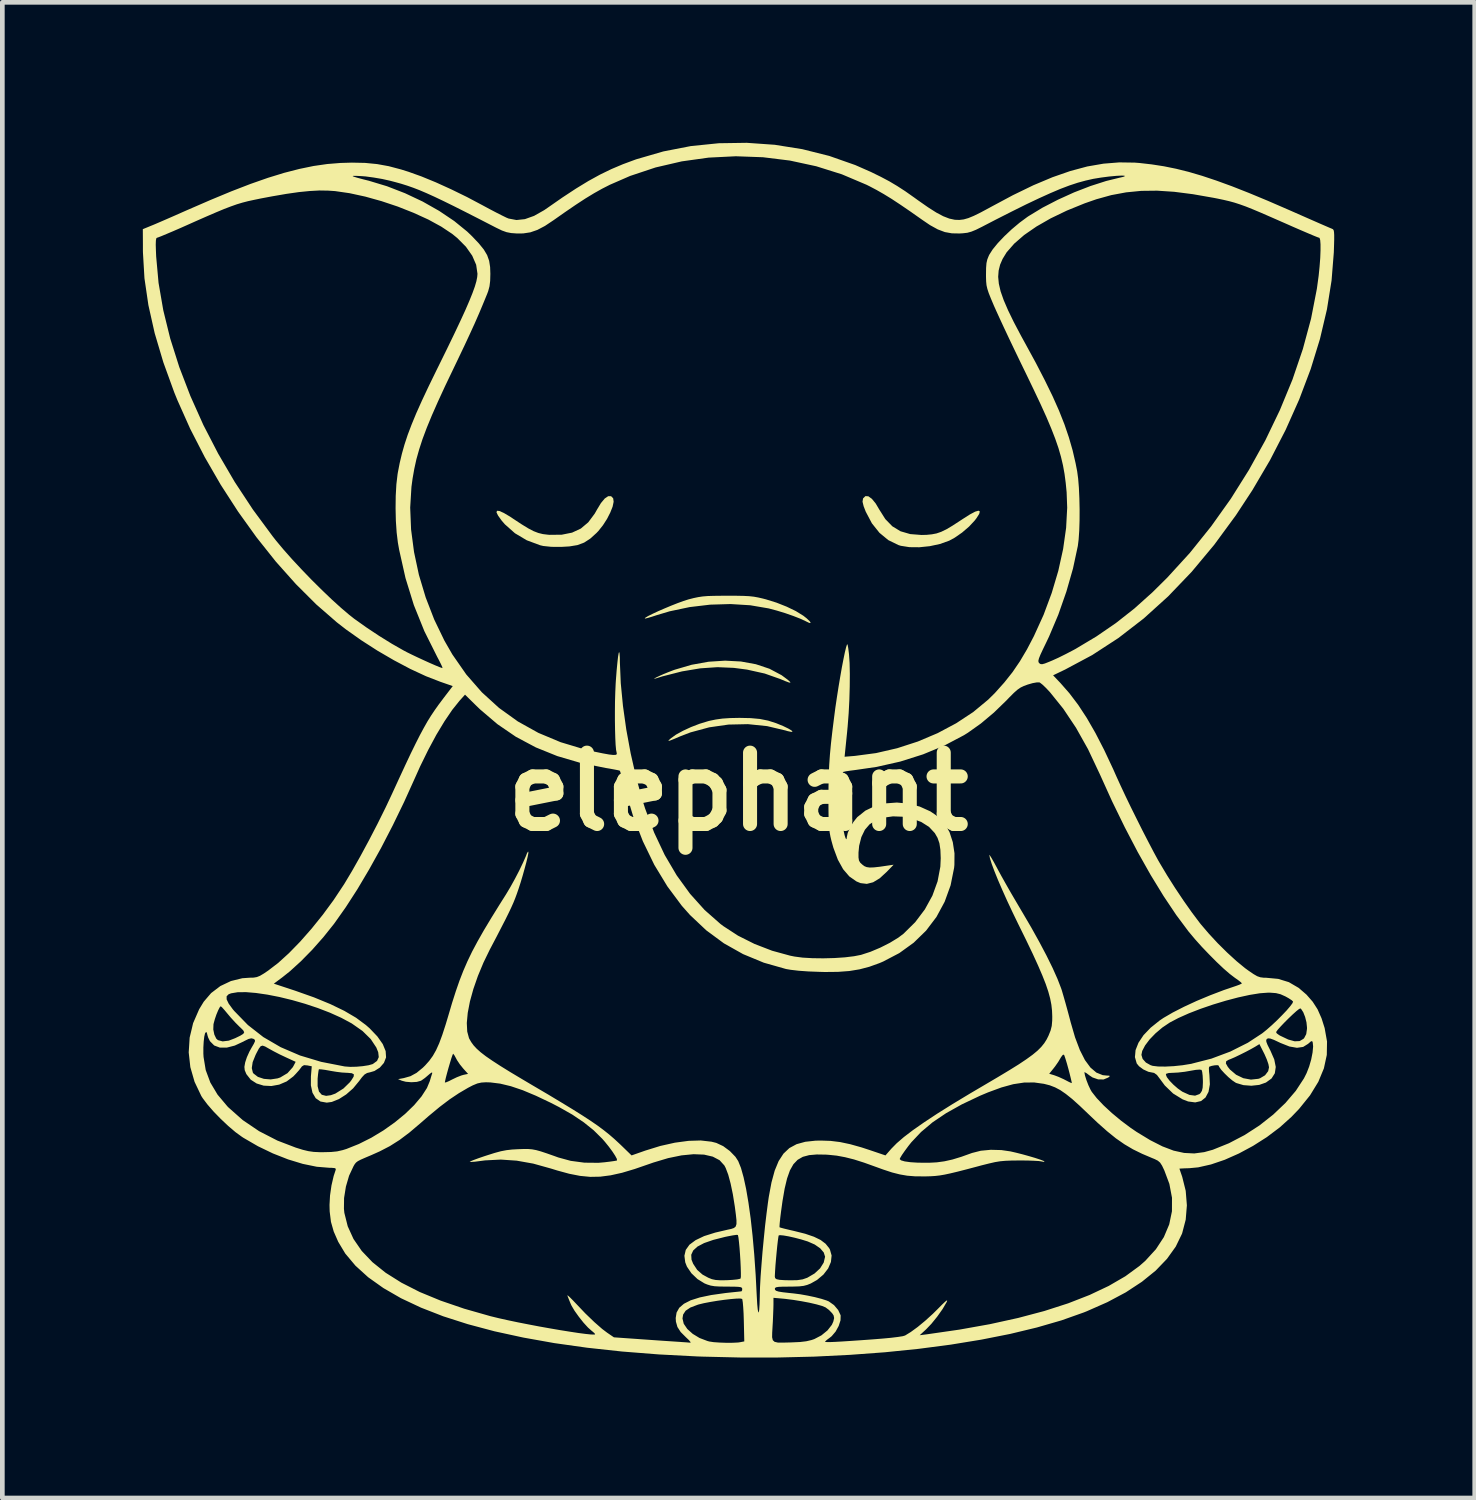
<source format=kicad_pcb>
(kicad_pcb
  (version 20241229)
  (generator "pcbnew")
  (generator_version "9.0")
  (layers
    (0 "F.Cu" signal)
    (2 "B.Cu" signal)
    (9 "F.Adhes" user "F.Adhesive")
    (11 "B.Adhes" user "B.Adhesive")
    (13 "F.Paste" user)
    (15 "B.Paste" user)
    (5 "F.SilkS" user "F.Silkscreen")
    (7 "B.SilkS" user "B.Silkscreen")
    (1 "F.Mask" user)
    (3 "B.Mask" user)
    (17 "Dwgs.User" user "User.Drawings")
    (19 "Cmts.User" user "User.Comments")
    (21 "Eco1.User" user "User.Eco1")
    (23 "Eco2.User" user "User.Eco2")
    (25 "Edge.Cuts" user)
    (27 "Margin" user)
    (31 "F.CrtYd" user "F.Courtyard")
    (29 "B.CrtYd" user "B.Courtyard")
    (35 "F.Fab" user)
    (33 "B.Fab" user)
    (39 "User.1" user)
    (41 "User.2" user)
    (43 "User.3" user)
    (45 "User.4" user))
  (footprint "elephant"
    (layer "F.Cu")
    (at 12.714 13.858)
    (property "Reference" "elephant" (at 0 0 0) (layer "F.SilkS") (effects (font (size 1.524 1.524) (thickness 0.3))))
    (attr board_only exclude_from_pos_files exclude_from_bom)
    (fp_poly (pts (xy 0.06 -2.781) (xy 0.378 -2.723) (xy 0.669 -2.626) (xy 0.927 -2.489) (xy 1.058 -2.392) (xy 1.107 -2.348) (xy 1.117 -2.328) (xy 1.085 -2.333) (xy 1.006 -2.362) (xy 0.899 -2.407) (xy 0.567 -2.524) (xy 0.19 -2.608) (xy -0.091 -2.645) (xy -0.442 -2.66) (xy -0.809 -2.635) (xy -1.199 -2.57) (xy -1.619 -2.463) (xy -1.754 -2.421) (xy -1.794 -2.411) (xy -1.788 -2.42) (xy -1.747 -2.442) (xy -1.68 -2.474) (xy -1.594 -2.512) (xy -1.498 -2.551) (xy -1.403 -2.588) (xy -1.356 -2.605) (xy -0.994 -2.711) (xy -0.633 -2.776) (xy -0.279 -2.799)) (stroke (width 0) (type solid)) (fill yes) (layer "F.SilkS"))
    (fp_poly (pts (xy 0.266 -1.572) (xy 0.463 -1.554) (xy 0.638 -1.519) (xy 0.808 -1.465) (xy 0.962 -1.402) (xy 1.075 -1.347) (xy 1.142 -1.306) (xy 1.162 -1.282) (xy 1.133 -1.278) (xy 1.054 -1.295) (xy 1.011 -1.308) (xy 0.618 -1.401) (xy 0.209 -1.443) (xy -0.207 -1.434) (xy -0.619 -1.375) (xy -1.018 -1.267) (xy -1.232 -1.185) (xy -1.361 -1.13) (xy -1.443 -1.097) (xy -1.483 -1.085) (xy -1.489 -1.091) (xy -1.465 -1.116) (xy -1.435 -1.142) (xy -1.328 -1.219) (xy -1.179 -1.301) (xy -1.006 -1.381) (xy -0.824 -1.451) (xy -0.647 -1.505) (xy -0.623 -1.512) (xy -0.479 -1.542) (xy -0.336 -1.562) (xy -0.173 -1.573) (xy 0.027 -1.577) (xy 0.029 -1.577)) (stroke (width 0) (type solid)) (fill yes) (layer "F.SilkS"))
    (fp_poly (pts (xy 2.781 -6.309) (xy 2.856 -6.255) (xy 2.937 -6.156) (xy 3.014 -6.026) (xy 3.143 -5.822) (xy 3.293 -5.668) (xy 3.468 -5.562) (xy 3.675 -5.502) (xy 3.917 -5.483) (xy 4.026 -5.486) (xy 4.137 -5.497) (xy 4.236 -5.516) (xy 4.335 -5.55) (xy 4.445 -5.603) (xy 4.575 -5.68) (xy 4.738 -5.786) (xy 4.799 -5.826) (xy 4.95 -5.922) (xy 5.061 -5.981) (xy 5.132 -6.002) (xy 5.161 -5.986) (xy 5.148 -5.933) (xy 5.091 -5.843) (xy 5.052 -5.792) (xy 4.932 -5.663) (xy 4.783 -5.535) (xy 4.626 -5.426) (xy 4.507 -5.361) (xy 4.311 -5.291) (xy 4.093 -5.244) (xy 3.87 -5.221) (xy 3.657 -5.223) (xy 3.473 -5.252) (xy 3.422 -5.268) (xy 3.207 -5.373) (xy 3.018 -5.529) (xy 2.856 -5.732) (xy 2.725 -5.98) (xy 2.68 -6.096) (xy 2.656 -6.194) (xy 2.667 -6.261) (xy 2.669 -6.266) (xy 2.718 -6.313)) (stroke (width 0) (type solid)) (fill yes) (layer "F.SilkS"))
    (fp_poly (pts (xy -2.669 -6.266) (xy -2.659 -6.193) (xy -2.681 -6.088) (xy -2.731 -5.962) (xy -2.801 -5.825) (xy -2.888 -5.69) (xy -2.985 -5.568) (xy -3.026 -5.525) (xy -3.16 -5.404) (xy -3.29 -5.32) (xy -3.432 -5.267) (xy -3.602 -5.239) (xy -3.769 -5.229) (xy -3.99 -5.23) (xy -4.162 -5.248) (xy -4.23 -5.264) (xy -4.515 -5.37) (xy -4.767 -5.52) (xy -4.982 -5.711) (xy -5.052 -5.792) (xy -5.128 -5.898) (xy -5.161 -5.967) (xy -5.15 -6) (xy -5.098 -5.995) (xy -5.004 -5.953) (xy -4.87 -5.874) (xy -4.799 -5.826) (xy -4.624 -5.711) (xy -4.484 -5.625) (xy -4.369 -5.565) (xy -4.268 -5.526) (xy -4.17 -5.502) (xy -4.064 -5.489) (xy -4.026 -5.486) (xy -3.767 -5.489) (xy -3.547 -5.533) (xy -3.36 -5.62) (xy -3.201 -5.754) (xy -3.064 -5.938) (xy -3.014 -6.026) (xy -2.93 -6.165) (xy -2.849 -6.262) (xy -2.776 -6.311) (xy -2.713 -6.311)) (stroke (width 0) (type solid)) (fill yes) (layer "F.SilkS"))
    (fp_poly (pts (xy -0.035 -4.185) (xy 0.116 -4.182) (xy 0.235 -4.176) (xy 0.335 -4.165) (xy 0.429 -4.148) (xy 0.529 -4.125) (xy 0.594 -4.108) (xy 0.819 -4.038) (xy 1.036 -3.952) (xy 1.231 -3.858) (xy 1.39 -3.76) (xy 1.464 -3.702) (xy 1.531 -3.637) (xy 1.55 -3.604) (xy 1.521 -3.604) (xy 1.447 -3.639) (xy 1.436 -3.645) (xy 1.325 -3.696) (xy 1.176 -3.754) (xy 1.004 -3.814) (xy 0.827 -3.868) (xy 0.663 -3.912) (xy 0.651 -3.915) (xy 0.258 -3.982) (xy -0.163 -4.008) (xy -0.598 -3.995) (xy -1.036 -3.943) (xy -1.463 -3.853) (xy -1.735 -3.772) (xy -1.846 -3.736) (xy -1.934 -3.71) (xy -1.987 -3.698) (xy -1.996 -3.698) (xy -1.981 -3.717) (xy -1.921 -3.753) (xy -1.826 -3.8) (xy -1.706 -3.856) (xy -1.57 -3.915) (xy -1.429 -3.974) (xy -1.292 -4.028) (xy -1.168 -4.073) (xy -1.068 -4.105) (xy -1.058 -4.108) (xy -0.949 -4.136) (xy -0.853 -4.156) (xy -0.759 -4.17) (xy -0.652 -4.179) (xy -0.521 -4.183) (xy -0.352 -4.185) (xy -0.232 -4.185)) (stroke (width 0) (type solid)) (fill yes) (layer "F.SilkS"))
    (fp_poly (pts (xy 0.782 -13.816) (xy 1.371 -13.722) (xy 1.946 -13.578) (xy 2.501 -13.383) (xy 2.837 -13.235) (xy 3.047 -13.132) (xy 3.228 -13.036) (xy 3.396 -12.936) (xy 3.569 -12.824) (xy 3.763 -12.687) (xy 3.842 -12.63) (xy 4.054 -12.482) (xy 4.231 -12.369) (xy 4.38 -12.29) (xy 4.509 -12.24) (xy 4.624 -12.215) (xy 4.636 -12.214) (xy 4.725 -12.211) (xy 4.816 -12.222) (xy 4.915 -12.25) (xy 5.034 -12.299) (xy 5.182 -12.372) (xy 5.368 -12.472) (xy 5.397 -12.488) (xy 5.868 -12.74) (xy 6.305 -12.952) (xy 6.712 -13.123) (xy 7.094 -13.256) (xy 7.456 -13.353) (xy 7.803 -13.413) (xy 8.14 -13.44) (xy 8.471 -13.435) (xy 8.573 -13.427) (xy 8.834 -13.397) (xy 9.092 -13.357) (xy 9.353 -13.304) (xy 9.623 -13.237) (xy 9.908 -13.153) (xy 10.214 -13.051) (xy 10.546 -12.93) (xy 10.909 -12.787) (xy 11.311 -12.62) (xy 11.756 -12.427) (xy 11.888 -12.369) (xy 12.083 -12.283) (xy 12.263 -12.204) (xy 12.42 -12.135) (xy 12.547 -12.08) (xy 12.637 -12.041) (xy 12.681 -12.023) (xy 12.683 -12.022) (xy 12.703 -12.012) (xy 12.717 -11.992) (xy 12.725 -11.954) (xy 12.729 -11.889) (xy 12.729 -11.789) (xy 12.725 -11.645) (xy 12.721 -11.518) (xy 12.673 -10.919) (xy 12.574 -10.301) (xy 12.425 -9.669) (xy 12.227 -9.026) (xy 11.982 -8.378) (xy 11.692 -7.728) (xy 11.358 -7.08) (xy 10.981 -6.439) (xy 10.631 -5.906) (xy 10.168 -5.275) (xy 9.685 -4.696) (xy 9.182 -4.171) (xy 8.66 -3.699) (xy 8.12 -3.282) (xy 7.562 -2.919) (xy 6.986 -2.611) (xy 6.98 -2.608) (xy 6.726 -2.486) (xy 6.881 -2.323) (xy 7.074 -2.103) (xy 7.262 -1.855) (xy 7.446 -1.574) (xy 7.63 -1.254) (xy 7.817 -0.891) (xy 8.011 -0.478) (xy 8.075 -0.333) (xy 8.162 -0.142) (xy 8.267 0.082) (xy 8.385 0.327) (xy 8.511 0.581) (xy 8.637 0.833) (xy 8.76 1.071) (xy 8.872 1.285) (xy 8.968 1.462) (xy 9.003 1.522) (xy 9.159 1.784) (xy 9.332 2.057) (xy 9.512 2.326) (xy 9.689 2.577) (xy 9.852 2.794) (xy 9.882 2.832) (xy 10.052 3.031) (xy 10.243 3.237) (xy 10.443 3.435) (xy 10.641 3.616) (xy 10.823 3.766) (xy 10.9 3.822) (xy 11.007 3.895) (xy 11.085 3.94) (xy 11.152 3.963) (xy 11.223 3.972) (xy 11.277 3.973) (xy 11.533 3.997) (xy 11.761 4.067) (xy 11.97 4.189) (xy 12.137 4.333) (xy 12.269 4.484) (xy 12.374 4.647) (xy 12.459 4.839) (xy 12.525 5.047) (xy 12.576 5.334) (xy 12.571 5.621) (xy 12.509 5.908) (xy 12.39 6.195) (xy 12.213 6.484) (xy 11.979 6.774) (xy 11.816 6.944) (xy 11.567 7.168) (xy 11.291 7.376) (xy 10.997 7.563) (xy 10.694 7.726) (xy 10.392 7.86) (xy 10.098 7.96) (xy 9.824 8.022) (xy 9.634 8.04) (xy 9.532 8.043) (xy 9.457 8.047) (xy 9.424 8.049) (xy 9.424 8.049) (xy 9.432 8.075) (xy 9.455 8.142) (xy 9.483 8.223) (xy 9.558 8.523) (xy 9.583 8.833) (xy 9.558 9.139) (xy 9.482 9.43) (xy 9.476 9.445) (xy 9.345 9.715) (xy 9.158 9.976) (xy 8.917 10.227) (xy 8.623 10.465) (xy 8.279 10.691) (xy 7.885 10.901) (xy 7.443 11.096) (xy 7.38 11.121) (xy 6.907 11.289) (xy 6.382 11.441) (xy 5.81 11.579) (xy 5.195 11.701) (xy 4.54 11.808) (xy 3.852 11.898) (xy 3.134 11.971) (xy 2.389 12.026) (xy 1.624 12.064) (xy 0.842 12.083) (xy 0.048 12.083) (xy -0.755 12.064) (xy -0.87 12.06) (xy -1.695 12.017) (xy -2.48 11.955) (xy -3.225 11.874) (xy -3.928 11.775) (xy -4.588 11.657) (xy -5.204 11.523) (xy -5.774 11.371) (xy -6.298 11.203) (xy -6.773 11.018) (xy -7.2 10.817) (xy -7.576 10.6) (xy -7.901 10.369) (xy -8.173 10.122) (xy -8.391 9.862) (xy -8.541 9.612) (xy -8.637 9.393) (xy -8.696 9.186) (xy -8.723 8.967) (xy -8.725 8.906) (xy -8.419 8.906) (xy -8.41 8.994) (xy -8.338 9.281) (xy -8.215 9.551) (xy -8.039 9.807) (xy -7.81 10.047) (xy -7.528 10.273) (xy -7.191 10.485) (xy -6.8 10.684) (xy -6.354 10.868) (xy -5.852 11.04) (xy -5.294 11.199) (xy -5.266 11.206) (xy -5.106 11.245) (xy -4.917 11.287) (xy -4.708 11.331) (xy -4.484 11.375) (xy -4.254 11.419) (xy -4.024 11.46) (xy -3.803 11.498) (xy -3.597 11.531) (xy -3.414 11.559) (xy -3.261 11.579) (xy -3.145 11.591) (xy -3.074 11.593) (xy -3.055 11.589) (xy -3.067 11.565) (xy -3.113 11.525) (xy -3.126 11.515) (xy -3.207 11.443) (xy -3.304 11.337) (xy -3.403 11.212) (xy -3.493 11.086) (xy -3.559 10.975) (xy -3.579 10.931) (xy -3.614 10.845) (xy -3.641 10.776) (xy -3.648 10.757) (xy -3.638 10.758) (xy -3.596 10.795) (xy -3.53 10.861) (xy -3.478 10.916) (xy -3.265 11.14) (xy -3.072 11.326) (xy -2.904 11.473) (xy -2.798 11.553) (xy -2.653 11.652) (xy -2.001 11.698) (xy -1.802 11.712) (xy -1.615 11.725) (xy -1.449 11.736) (xy -1.315 11.745) (xy -1.224 11.751) (xy -1.203 11.753) (xy -1.111 11.759) (xy -1.039 11.765) (xy -1.018 11.767) (xy -1.017 11.753) (xy -1.052 11.711) (xy -1.113 11.653) (xy -1.228 11.538) (xy -1.297 11.431) (xy -1.329 11.317) (xy -1.333 11.249) (xy -1.189 11.249) (xy -1.162 11.362) (xy -1.086 11.474) (xy -0.97 11.578) (xy -0.825 11.666) (xy -0.657 11.73) (xy -0.616 11.741) (xy -0.523 11.755) (xy -0.393 11.764) (xy -0.248 11.769) (xy -0.109 11.768) (xy 0.005 11.762) (xy 0.047 11.755) (xy 0.131 11.739) (xy 0.129 11.65) (xy 0.725 11.65) (xy 0.74 11.713) (xy 0.778 11.748) (xy 0.848 11.764) (xy 0.959 11.765) (xy 1.118 11.761) (xy 1.145 11.76) (xy 1.321 11.752) (xy 1.455 11.736) (xy 1.566 11.71) (xy 1.627 11.689) (xy 1.778 11.61) (xy 1.908 11.504) (xy 2.001 11.385) (xy 2.032 11.316) (xy 2.05 11.24) (xy 2.038 11.183) (xy 2.008 11.138) (xy 1.939 11.067) (xy 1.867 11.013) (xy 1.793 10.982) (xy 1.673 10.948) (xy 1.523 10.913) (xy 1.354 10.881) (xy 1.181 10.853) (xy 1.015 10.832) (xy 0.979 10.828) (xy 0.754 10.808) (xy 0.754 10.95) (xy 0.752 11.038) (xy 0.747 11.166) (xy 0.741 11.312) (xy 0.735 11.414) (xy 0.727 11.552) (xy 0.725 11.65) (xy 0.129 11.65) (xy 0.121 11.299) (xy 0.116 11.144) (xy 0.108 11.009) (xy 0.099 10.905) (xy 0.089 10.843) (xy 0.085 10.832) (xy 0.045 10.823) (xy -0.039 10.825) (xy -0.157 10.835) (xy -0.297 10.851) (xy -0.448 10.872) (xy -0.597 10.897) (xy -0.733 10.923) (xy -0.844 10.95) (xy -0.869 10.958) (xy -1.021 11.016) (xy -1.122 11.084) (xy -1.175 11.165) (xy -1.189 11.249) (xy -1.333 11.249) (xy -1.334 11.241) (xy -1.315 11.123) (xy -1.258 11.021) (xy -1.158 10.935) (xy -1.013 10.861) (xy -0.82 10.8) (xy -0.576 10.749) (xy -0.278 10.707) (xy -0.226 10.701) (xy -0.104 10.688) (xy -0.006 10.678) (xy 0.057 10.671) (xy 0.071 10.67) (xy 0.085 10.646) (xy 0.087 10.619) (xy 0.082 10.597) (xy 0.059 10.582) (xy 0.009 10.574) (xy -0.078 10.57) (xy -0.211 10.569) (xy -0.239 10.569) (xy -0.391 10.567) (xy -0.501 10.561) (xy -0.586 10.547) (xy -0.66 10.524) (xy -0.719 10.5) (xy -0.868 10.408) (xy -0.998 10.284) (xy -1.094 10.142) (xy -1.13 10.05) (xy -1.148 9.91) (xy -1.143 9.889) (xy -1.002 9.889) (xy -0.996 9.994) (xy -0.961 10.081) (xy -0.875 10.212) (xy -0.761 10.312) (xy -0.638 10.379) (xy -0.561 10.41) (xy -0.481 10.427) (xy -0.379 10.434) (xy -0.241 10.432) (xy -0.12 10.425) (xy -0.022 10.415) (xy 0.04 10.402) (xy 0.052 10.395) (xy 0.058 10.359) (xy 0.058 10.278) (xy 0.055 10.163) (xy 0.049 10.028) (xy 0.04 9.884) (xy 0.03 9.745) (xy 0.018 9.621) (xy 0.007 9.526) (xy -0.004 9.472) (xy -0.007 9.465) (xy -0.04 9.464) (xy -0.116 9.475) (xy -0.221 9.495) (xy -0.279 9.507) (xy -0.531 9.571) (xy -0.727 9.639) (xy -0.869 9.714) (xy -0.96 9.797) (xy -1.002 9.889) (xy -1.143 9.889) (xy -1.119 9.785) (xy -1.04 9.674) (xy -0.909 9.577) (xy -0.727 9.49) (xy -0.489 9.415) (xy -0.232 9.355) (xy -0.148 9.337) (xy -0.09 9.317) (xy -0.053 9.286) (xy -0.036 9.233) (xy -0.036 9.151) (xy -0.049 9.03) (xy -0.071 8.861) (xy -0.113 8.598) (xy -0.161 8.368) (xy -0.212 8.178) (xy -0.266 8.036) (xy -0.294 7.982) (xy -0.396 7.87) (xy -0.542 7.793) (xy -0.728 7.75) (xy -0.952 7.741) (xy -1.209 7.766) (xy -1.496 7.825) (xy -1.81 7.919) (xy -1.896 7.949) (xy -2.209 8.057) (xy -2.48 8.138) (xy -2.723 8.192) (xy -2.946 8.221) (xy -3.16 8.225) (xy -3.377 8.204) (xy -3.607 8.159) (xy -3.86 8.09) (xy -3.996 8.048) (xy -4.376 7.942) (xy -4.729 7.879) (xy -5.068 7.856) (xy -5.404 7.873) (xy -5.521 7.888) (xy -5.622 7.901) (xy -5.698 7.906) (xy -5.733 7.904) (xy -5.733 7.904) (xy -5.712 7.891) (xy -5.646 7.864) (xy -5.543 7.826) (xy -5.414 7.782) (xy -5.374 7.769) (xy -5.204 7.715) (xy -5.068 7.678) (xy -4.948 7.655) (xy -4.825 7.641) (xy -4.697 7.634) (xy -4.582 7.63) (xy -4.487 7.63) (xy -4.403 7.637) (xy -4.316 7.653) (xy -4.215 7.681) (xy -4.088 7.723) (xy -3.923 7.781) (xy -3.84 7.811) (xy -3.576 7.883) (xy -3.284 7.922) (xy -2.985 7.925) (xy -2.857 7.914) (xy -2.741 7.9) (xy -2.649 7.887) (xy -2.595 7.877) (xy -2.587 7.874) (xy -2.591 7.84) (xy -2.627 7.773) (xy -2.686 7.683) (xy -2.762 7.58) (xy -2.847 7.475) (xy -2.902 7.412) (xy -3.086 7.23) (xy -3.296 7.061) (xy -3.539 6.897) (xy -3.826 6.734) (xy -3.996 6.646) (xy -4.318 6.493) (xy -4.602 6.374) (xy -4.854 6.289) (xy -5.082 6.234) (xy -5.291 6.208) (xy -5.387 6.205) (xy -5.483 6.211) (xy -5.569 6.23) (xy -5.666 6.27) (xy -5.77 6.324) (xy -5.964 6.438) (xy -6.163 6.571) (xy -6.374 6.731) (xy -6.607 6.924) (xy -6.791 7.084) (xy -7.021 7.279) (xy -7.231 7.437) (xy -7.438 7.568) (xy -7.656 7.681) (xy -7.835 7.761) (xy -7.97 7.818) (xy -8.063 7.859) (xy -8.122 7.89) (xy -8.161 7.92) (xy -8.188 7.953) (xy -8.214 7.997) (xy -8.309 8.2) (xy -8.377 8.433) (xy -8.416 8.676) (xy -8.419 8.906) (xy -8.725 8.906) (xy -8.727 8.826) (xy -8.716 8.623) (xy -8.685 8.408) (xy -8.638 8.206) (xy -8.597 8.082) (xy -8.592 8.053) (xy -8.616 8.038) (xy -8.679 8.032) (xy -8.732 8.031) (xy -9 8.009) (xy -9.297 7.948) (xy -9.612 7.852) (xy -9.935 7.725) (xy -10.255 7.571) (xy -10.562 7.393) (xy -10.596 7.371) (xy -10.736 7.269) (xy -10.891 7.137) (xy -11.05 6.987) (xy -11.202 6.831) (xy -11.334 6.679) (xy -11.435 6.545) (xy -11.465 6.498) (xy -11.609 6.195) (xy -11.699 5.882) (xy -11.734 5.566) (xy -11.727 5.462) (xy -11.421 5.462) (xy -11.421 5.595) (xy -11.417 5.664) (xy -11.371 5.944) (xy -11.272 6.211) (xy -11.118 6.469) (xy -10.908 6.719) (xy -10.888 6.74) (xy -10.581 7.012) (xy -10.231 7.249) (xy -9.84 7.45) (xy -9.449 7.6) (xy -9.298 7.647) (xy -9.178 7.676) (xy -9.065 7.692) (xy -8.936 7.698) (xy -8.858 7.698) (xy -8.694 7.694) (xy -8.564 7.681) (xy -8.446 7.654) (xy -8.365 7.629) (xy -8.1 7.523) (xy -7.835 7.39) (xy -7.578 7.235) (xy -7.335 7.063) (xy -7.113 6.881) (xy -6.92 6.694) (xy -6.762 6.507) (xy -6.646 6.327) (xy -6.597 6.209) (xy -6.264 6.209) (xy -6.24 6.207) (xy -6.18 6.182) (xy -6.111 6.147) (xy -6.009 6.098) (xy -5.912 6.06) (xy -5.863 6.046) (xy -5.768 6.026) (xy -5.872 5.911) (xy -5.943 5.823) (xy -6.004 5.732) (xy -6.023 5.696) (xy -6.058 5.632) (xy -6.084 5.598) (xy -6.088 5.596) (xy -6.1 5.622) (xy -6.124 5.69) (xy -6.153 5.786) (xy -6.186 5.898) (xy -6.217 6.01) (xy -6.243 6.109) (xy -6.259 6.181) (xy -6.264 6.209) (xy -6.597 6.209) (xy -6.585 6.18) (xy -6.559 6.092) (xy -6.537 6.022) (xy -6.532 6.006) (xy -6.54 5.994) (xy -6.58 6.02) (xy -6.614 6.049) (xy -6.689 6.113) (xy -6.758 6.162) (xy -6.776 6.173) (xy -6.863 6.197) (xy -6.979 6.204) (xy -7.098 6.194) (xy -7.182 6.172) (xy -7.263 6.138) (xy -7.142 6.116) (xy -6.998 6.075) (xy -6.868 6.004) (xy -6.735 5.895) (xy -6.684 5.845) (xy -6.597 5.747) (xy -6.52 5.641) (xy -6.451 5.519) (xy -6.385 5.373) (xy -6.318 5.192) (xy -6.246 4.97) (xy -6.191 4.787) (xy -6.109 4.509) (xy -6.03 4.262) (xy -5.952 4.037) (xy -5.87 3.826) (xy -5.781 3.621) (xy -5.681 3.413) (xy -5.565 3.196) (xy -5.431 2.96) (xy -5.273 2.697) (xy -5.089 2.4) (xy -4.957 2.191) (xy -4.865 2.037) (xy -4.768 1.862) (xy -4.674 1.681) (xy -4.592 1.51) (xy -4.529 1.366) (xy -4.513 1.322) (xy -4.492 1.284) (xy -4.48 1.281) (xy -4.481 1.314) (xy -4.496 1.392) (xy -4.523 1.504) (xy -4.559 1.638) (xy -4.6 1.785) (xy -4.644 1.933) (xy -4.689 2.072) (xy -4.727 2.182) (xy -4.761 2.274) (xy -4.799 2.368) (xy -4.844 2.469) (xy -4.899 2.585) (xy -4.967 2.723) (xy -5.053 2.89) (xy -5.158 3.094) (xy -5.288 3.341) (xy -5.3 3.363) (xy -5.439 3.649) (xy -5.558 3.935) (xy -5.655 4.214) (xy -5.728 4.478) (xy -5.775 4.722) (xy -5.795 4.939) (xy -5.786 5.122) (xy -5.748 5.263) (xy -5.741 5.277) (xy -5.7 5.348) (xy -5.649 5.418) (xy -5.583 5.489) (xy -5.498 5.565) (xy -5.389 5.649) (xy -5.251 5.744) (xy -5.08 5.855) (xy -4.872 5.984) (xy -4.621 6.134) (xy -4.378 6.278) (xy -4.053 6.469) (xy -3.774 6.637) (xy -3.534 6.783) (xy -3.33 6.911) (xy -3.155 7.025) (xy -3.004 7.129) (xy -2.873 7.226) (xy -2.755 7.32) (xy -2.646 7.414) (xy -2.541 7.511) (xy -2.508 7.542) (xy -2.276 7.767) (xy -1.986 7.665) (xy -1.663 7.565) (xy -1.351 7.495) (xy -1.06 7.456) (xy -0.797 7.448) (xy -0.569 7.474) (xy -0.466 7.5) (xy -0.319 7.569) (xy -0.177 7.674) (xy -0.058 7.797) (xy 0.001 7.888) (xy 0.06 8.034) (xy 0.116 8.234) (xy 0.17 8.483) (xy 0.22 8.777) (xy 0.267 9.112) (xy 0.308 9.484) (xy 0.344 9.888) (xy 0.374 10.32) (xy 0.397 10.766) (xy 0.407 10.94) (xy 0.418 11.057) (xy 0.43 11.116) (xy 0.44 11.118) (xy 0.45 11.062) (xy 0.457 10.948) (xy 0.462 10.778) (xy 0.462 10.757) (xy 0.466 10.617) (xy 0.783 10.617) (xy 0.79 10.641) (xy 0.816 10.66) (xy 0.869 10.676) (xy 0.959 10.69) (xy 1.093 10.705) (xy 1.189 10.715) (xy 1.328 10.733) (xy 1.484 10.761) (xy 1.64 10.794) (xy 1.782 10.831) (xy 1.891 10.866) (xy 1.936 10.885) (xy 2.047 10.964) (xy 2.136 11.069) (xy 2.187 11.178) (xy 2.189 11.187) (xy 2.186 11.289) (xy 2.147 11.409) (xy 2.082 11.528) (xy 1.998 11.627) (xy 1.957 11.66) (xy 1.895 11.706) (xy 1.859 11.739) (xy 1.856 11.745) (xy 1.867 11.751) (xy 1.904 11.753) (xy 1.971 11.753) (xy 2.072 11.749) (xy 2.214 11.741) (xy 2.4 11.729) (xy 2.635 11.713) (xy 2.869 11.696) (xy 3.081 11.679) (xy 3.264 11.662) (xy 3.411 11.644) (xy 3.514 11.628) (xy 3.565 11.613) (xy 3.687 11.538) (xy 3.835 11.43) (xy 3.996 11.297) (xy 4.158 11.15) (xy 4.259 11.05) (xy 4.36 10.948) (xy 4.425 10.887) (xy 4.459 10.862) (xy 4.464 10.872) (xy 4.451 10.902) (xy 4.365 11.049) (xy 4.251 11.21) (xy 4.127 11.363) (xy 4.015 11.48) (xy 3.877 11.607) (xy 4.034 11.587) (xy 4.727 11.487) (xy 5.376 11.371) (xy 5.98 11.238) (xy 6.538 11.09) (xy 7.047 10.926) (xy 7.506 10.747) (xy 7.914 10.554) (xy 8.269 10.348) (xy 8.57 10.128) (xy 8.694 10.019) (xy 8.921 9.771) (xy 9.091 9.512) (xy 9.206 9.24) (xy 9.264 8.96) (xy 9.265 8.671) (xy 9.209 8.375) (xy 9.102 8.089) (xy 9.053 7.986) (xy 9.011 7.921) (xy 8.962 7.879) (xy 8.892 7.844) (xy 8.847 7.826) (xy 8.628 7.733) (xy 8.432 7.637) (xy 8.249 7.529) (xy 8.068 7.403) (xy 7.88 7.251) (xy 7.674 7.068) (xy 7.479 6.883) (xy 7.291 6.704) (xy 7.133 6.562) (xy 6.998 6.454) (xy 6.879 6.372) (xy 6.767 6.313) (xy 6.655 6.27) (xy 6.534 6.239) (xy 6.53 6.238) (xy 6.322 6.209) (xy 6.106 6.211) (xy 5.875 6.246) (xy 5.621 6.316) (xy 5.336 6.421) (xy 5.167 6.492) (xy 4.777 6.677) (xy 4.441 6.865) (xy 4.152 7.06) (xy 3.907 7.266) (xy 3.699 7.486) (xy 3.637 7.564) (xy 3.56 7.668) (xy 3.498 7.757) (xy 3.46 7.821) (xy 3.45 7.845) (xy 3.478 7.872) (xy 3.557 7.895) (xy 3.679 7.912) (xy 3.838 7.922) (xy 4.028 7.924) (xy 4.074 7.924) (xy 4.242 7.915) (xy 4.404 7.893) (xy 4.575 7.855) (xy 4.768 7.796) (xy 4.997 7.714) (xy 5.002 7.713) (xy 5.182 7.667) (xy 5.395 7.647) (xy 5.622 7.653) (xy 5.814 7.681) (xy 5.936 7.709) (xy 6.074 7.744) (xy 6.214 7.783) (xy 6.343 7.821) (xy 6.449 7.856) (xy 6.519 7.883) (xy 6.538 7.894) (xy 6.537 7.906) (xy 6.489 7.898) (xy 6.48 7.896) (xy 6.42 7.887) (xy 6.315 7.881) (xy 6.179 7.876) (xy 6.026 7.875) (xy 5.988 7.875) (xy 5.831 7.877) (xy 5.705 7.882) (xy 5.596 7.892) (xy 5.486 7.91) (xy 5.359 7.939) (xy 5.199 7.979) (xy 5.118 8.001) (xy 4.88 8.064) (xy 4.689 8.113) (xy 4.535 8.15) (xy 4.409 8.177) (xy 4.303 8.195) (xy 4.206 8.206) (xy 4.109 8.212) (xy 4.004 8.215) (xy 3.958 8.215) (xy 3.772 8.213) (xy 3.61 8.2) (xy 3.453 8.173) (xy 3.287 8.131) (xy 3.096 8.068) (xy 2.947 8.014) (xy 2.691 7.922) (xy 2.474 7.853) (xy 2.283 7.805) (xy 2.106 7.772) (xy 1.931 7.754) (xy 1.87 7.75) (xy 1.677 7.747) (xy 1.516 7.761) (xy 1.381 7.797) (xy 1.27 7.861) (xy 1.18 7.955) (xy 1.106 8.086) (xy 1.045 8.258) (xy 0.993 8.475) (xy 0.947 8.742) (xy 0.915 8.974) (xy 0.899 9.102) (xy 0.888 9.208) (xy 0.883 9.279) (xy 0.884 9.302) (xy 0.914 9.312) (xy 0.989 9.332) (xy 1.097 9.358) (xy 1.193 9.38) (xy 1.432 9.44) (xy 1.619 9.504) (xy 1.761 9.573) (xy 1.867 9.653) (xy 1.942 9.746) (xy 1.96 9.777) (xy 1.996 9.905) (xy 1.981 10.043) (xy 1.922 10.181) (xy 1.821 10.312) (xy 1.684 10.427) (xy 1.551 10.502) (xy 1.474 10.533) (xy 1.397 10.553) (xy 1.302 10.564) (xy 1.174 10.568) (xy 1.095 10.569) (xy 0.955 10.57) (xy 0.864 10.574) (xy 0.812 10.583) (xy 0.788 10.598) (xy 0.783 10.617) (xy 0.466 10.617) (xy 0.467 10.58) (xy 0.479 10.359) (xy 0.479 10.357) (xy 0.783 10.357) (xy 0.791 10.389) (xy 0.821 10.411) (xy 0.883 10.424) (xy 0.985 10.431) (xy 1.116 10.434) (xy 1.265 10.431) (xy 1.377 10.414) (xy 1.475 10.38) (xy 1.479 10.378) (xy 1.631 10.289) (xy 1.75 10.179) (xy 1.827 10.056) (xy 1.856 9.932) (xy 1.856 9.929) (xy 1.828 9.84) (xy 1.752 9.751) (xy 1.635 9.67) (xy 1.487 9.605) (xy 1.478 9.602) (xy 1.345 9.561) (xy 1.208 9.525) (xy 1.079 9.496) (xy 0.971 9.477) (xy 0.896 9.47) (xy 0.866 9.475) (xy 0.859 9.508) (xy 0.848 9.587) (xy 0.835 9.699) (xy 0.822 9.831) (xy 0.809 9.972) (xy 0.797 10.11) (xy 0.789 10.232) (xy 0.784 10.325) (xy 0.783 10.357) (xy 0.479 10.357) (xy 0.498 10.105) (xy 0.52 9.83) (xy 0.547 9.548) (xy 0.575 9.27) (xy 0.606 9.009) (xy 0.636 8.778) (xy 0.654 8.654) (xy 0.711 8.347) (xy 0.78 8.093) (xy 0.864 7.889) (xy 0.968 7.729) (xy 1.094 7.61) (xy 1.248 7.527) (xy 1.433 7.476) (xy 1.653 7.452) (xy 1.769 7.45) (xy 1.975 7.457) (xy 2.178 7.482) (xy 2.394 7.528) (xy 2.636 7.596) (xy 2.813 7.654) (xy 3.146 7.767) (xy 3.271 7.624) (xy 3.386 7.507) (xy 3.539 7.375) (xy 3.733 7.227) (xy 3.969 7.062) (xy 4.249 6.877) (xy 4.576 6.672) (xy 4.952 6.445) (xy 5.263 6.262) (xy 5.551 6.092) (xy 5.666 6.023) (xy 6.643 6.023) (xy 6.75 6.055) (xy 6.843 6.09) (xy 6.949 6.138) (xy 6.988 6.158) (xy 7.063 6.197) (xy 7.113 6.22) (xy 7.125 6.222) (xy 7.121 6.194) (xy 7.104 6.121) (xy 7.078 6.016) (xy 7.055 5.928) (xy 7.021 5.805) (xy 6.99 5.703) (xy 6.967 5.635) (xy 6.957 5.615) (xy 6.932 5.621) (xy 6.896 5.668) (xy 6.885 5.687) (xy 6.836 5.769) (xy 6.77 5.864) (xy 6.739 5.904) (xy 6.643 6.023) (xy 5.666 6.023) (xy 5.792 5.947) (xy 5.993 5.822) (xy 6.156 5.713) (xy 6.288 5.617) (xy 6.392 5.531) (xy 6.473 5.45) (xy 6.537 5.371) (xy 6.588 5.29) (xy 6.627 5.212) (xy 6.672 5.101) (xy 6.697 5.002) (xy 6.707 4.888) (xy 6.708 4.799) (xy 6.703 4.674) (xy 6.689 4.548) (xy 6.663 4.415) (xy 6.624 4.271) (xy 6.569 4.108) (xy 6.496 3.923) (xy 6.404 3.709) (xy 6.29 3.46) (xy 6.152 3.172) (xy 5.988 2.839) (xy 5.982 2.827) (xy 5.86 2.575) (xy 5.745 2.33) (xy 5.641 2.098) (xy 5.549 1.885) (xy 5.473 1.697) (xy 5.415 1.542) (xy 5.378 1.424) (xy 5.364 1.352) (xy 5.364 1.348) (xy 5.377 1.362) (xy 5.412 1.418) (xy 5.464 1.509) (xy 5.528 1.627) (xy 5.549 1.667) (xy 5.622 1.801) (xy 5.717 1.97) (xy 5.826 2.161) (xy 5.942 2.359) (xy 6.055 2.551) (xy 6.073 2.581) (xy 6.261 2.902) (xy 6.433 3.211) (xy 6.586 3.501) (xy 6.716 3.765) (xy 6.82 3.998) (xy 6.895 4.192) (xy 6.91 4.235) (xy 6.945 4.354) (xy 6.99 4.511) (xy 7.039 4.689) (xy 7.087 4.868) (xy 7.1 4.919) (xy 7.195 5.246) (xy 7.297 5.516) (xy 7.406 5.731) (xy 7.524 5.891) (xy 7.65 5.998) (xy 7.786 6.053) (xy 7.864 6.061) (xy 7.926 6.064) (xy 7.937 6.075) (xy 7.904 6.104) (xy 7.903 6.104) (xy 7.805 6.145) (xy 7.687 6.143) (xy 7.568 6.102) (xy 7.502 6.058) (xy 7.44 6.011) (xy 7.401 5.99) (xy 7.394 5.993) (xy 7.407 6.061) (xy 7.438 6.16) (xy 7.48 6.268) (xy 7.525 6.363) (xy 7.551 6.408) (xy 7.657 6.543) (xy 7.804 6.698) (xy 7.98 6.861) (xy 8.176 7.024) (xy 8.379 7.176) (xy 8.508 7.264) (xy 8.799 7.441) (xy 9.061 7.574) (xy 9.3 7.665) (xy 9.524 7.714) (xy 9.74 7.725) (xy 9.953 7.697) (xy 10.137 7.646) (xy 10.481 7.507) (xy 10.816 7.332) (xy 11.134 7.126) (xy 11.426 6.896) (xy 11.687 6.648) (xy 11.909 6.388) (xy 12.083 6.122) (xy 12.14 6.009) (xy 12.194 5.87) (xy 12.238 5.718) (xy 12.267 5.57) (xy 12.279 5.441) (xy 12.271 5.356) (xy 12.258 5.326) (xy 12.233 5.331) (xy 12.184 5.373) (xy 12.172 5.384) (xy 12.066 5.45) (xy 11.934 5.469) (xy 11.773 5.441) (xy 11.581 5.365) (xy 11.556 5.353) (xy 11.441 5.299) (xy 11.365 5.271) (xy 11.318 5.267) (xy 11.293 5.278) (xy 11.277 5.302) (xy 11.28 5.341) (xy 11.305 5.406) (xy 11.356 5.508) (xy 11.367 5.529) (xy 11.449 5.717) (xy 11.481 5.878) (xy 11.461 6.013) (xy 11.391 6.124) (xy 11.271 6.211) (xy 11.128 6.261) (xy 10.96 6.279) (xy 10.79 6.266) (xy 10.642 6.222) (xy 10.623 6.213) (xy 10.552 6.165) (xy 10.469 6.095) (xy 10.387 6.015) (xy 10.317 5.939) (xy 10.273 5.877) (xy 10.264 5.851) (xy 10.24 5.84) (xy 10.183 5.842) (xy 10.116 5.854) (xy 10.062 5.872) (xy 10.059 5.874) (xy 10.053 5.905) (xy 10.056 5.977) (xy 10.064 6.049) (xy 10.074 6.249) (xy 10.045 6.41) (xy 9.981 6.53) (xy 9.886 6.606) (xy 9.761 6.635) (xy 9.61 6.615) (xy 9.492 6.57) (xy 9.289 6.445) (xy 9.111 6.273) (xy 9.017 6.146) (xy 8.944 6.049) (xy 8.932 6.04) (xy 9.134 6.04) (xy 9.155 6.095) (xy 9.213 6.171) (xy 9.295 6.256) (xy 9.389 6.338) (xy 9.483 6.404) (xy 9.492 6.409) (xy 9.638 6.475) (xy 9.758 6.491) (xy 9.85 6.458) (xy 9.874 6.436) (xy 9.904 6.388) (xy 9.92 6.32) (xy 9.925 6.216) (xy 9.925 6.171) (xy 9.92 6.066) (xy 9.91 5.984) (xy 9.897 5.942) (xy 9.896 5.941) (xy 9.855 5.934) (xy 9.773 5.94) (xy 9.669 5.958) (xy 9.536 5.981) (xy 9.395 5.997) (xy 9.3 6.002) (xy 9.197 6.007) (xy 9.144 6.022) (xy 9.134 6.04) (xy 8.932 6.04) (xy 8.883 6.005) (xy 8.862 6.001) (xy 8.761 5.981) (xy 8.653 5.931) (xy 8.561 5.863) (xy 8.512 5.803) (xy 8.473 5.667) (xy 8.478 5.62) (xy 8.612 5.62) (xy 8.638 5.706) (xy 8.708 5.784) (xy 8.808 5.84) (xy 8.852 5.854) (xy 8.966 5.868) (xy 9.121 5.87) (xy 9.301 5.861) (xy 9.491 5.841) (xy 9.675 5.811) (xy 9.684 5.809) (xy 9.705 5.803) (xy 10.416 5.803) (xy 10.457 5.876) (xy 10.503 5.933) (xy 10.634 6.044) (xy 10.788 6.118) (xy 10.951 6.148) (xy 11.109 6.131) (xy 11.146 6.119) (xy 11.252 6.056) (xy 11.319 5.968) (xy 11.337 5.885) (xy 11.324 5.817) (xy 11.29 5.718) (xy 11.242 5.608) (xy 11.235 5.594) (xy 11.132 5.39) (xy 11.039 5.447) (xy 10.954 5.495) (xy 10.843 5.554) (xy 10.723 5.614) (xy 10.609 5.669) (xy 10.517 5.709) (xy 10.475 5.725) (xy 10.423 5.755) (xy 10.416 5.803) (xy 9.705 5.803) (xy 10.107 5.7) (xy 10.511 5.549) (xy 10.885 5.361) (xy 11.19 5.161) (xy 11.224 5.134) (xy 11.488 5.134) (xy 11.504 5.162) (xy 11.557 5.2) (xy 11.575 5.21) (xy 11.747 5.292) (xy 11.885 5.33) (xy 11.992 5.325) (xy 12.073 5.277) (xy 12.089 5.259) (xy 12.132 5.176) (xy 12.148 5.063) (xy 12.148 5.034) (xy 12.137 4.925) (xy 12.108 4.81) (xy 12.068 4.709) (xy 12.023 4.64) (xy 12.007 4.627) (xy 11.979 4.64) (xy 11.921 4.686) (xy 11.843 4.756) (xy 11.754 4.841) (xy 11.665 4.93) (xy 11.585 5.014) (xy 11.523 5.083) (xy 11.49 5.13) (xy 11.488 5.134) (xy 11.224 5.134) (xy 11.287 5.083) (xy 11.396 4.987) (xy 11.509 4.881) (xy 11.617 4.772) (xy 11.714 4.67) (xy 11.79 4.581) (xy 11.838 4.516) (xy 11.851 4.482) (xy 11.822 4.453) (xy 11.756 4.41) (xy 11.686 4.371) (xy 11.583 4.325) (xy 11.486 4.301) (xy 11.367 4.292) (xy 11.319 4.291) (xy 11.142 4.304) (xy 10.925 4.339) (xy 10.678 4.393) (xy 10.413 4.463) (xy 10.142 4.545) (xy 9.876 4.636) (xy 9.625 4.733) (xy 9.403 4.832) (xy 9.218 4.929) (xy 9.218 4.929) (xy 9.059 5.036) (xy 8.913 5.16) (xy 8.787 5.29) (xy 8.69 5.419) (xy 8.629 5.536) (xy 8.612 5.62) (xy 8.478 5.62) (xy 8.487 5.518) (xy 8.549 5.361) (xy 8.657 5.199) (xy 8.809 5.04) (xy 9.001 4.886) (xy 9.084 4.83) (xy 9.282 4.715) (xy 9.523 4.592) (xy 9.793 4.467) (xy 10.081 4.347) (xy 10.372 4.236) (xy 10.634 4.147) (xy 10.708 4.12) (xy 10.752 4.098) (xy 10.757 4.091) (xy 10.734 4.067) (xy 10.676 4.022) (xy 10.605 3.972) (xy 10.5 3.892) (xy 10.367 3.777) (xy 10.217 3.635) (xy 10.059 3.476) (xy 9.901 3.311) (xy 9.755 3.148) (xy 9.628 2.996) (xy 9.62 2.987) (xy 9.356 2.633) (xy 9.085 2.228) (xy 8.809 1.777) (xy 8.532 1.286) (xy 8.257 0.76) (xy 7.986 0.205) (xy 7.724 -0.374) (xy 7.714 -0.395) (xy 7.472 -0.908) (xy 7.215 -1.366) (xy 6.943 -1.773) (xy 6.661 -2.123) (xy 6.577 -2.213) (xy 6.502 -2.285) (xy 6.447 -2.328) (xy 6.433 -2.335) (xy 6.379 -2.335) (xy 6.289 -2.319) (xy 6.185 -2.289) (xy 6.101 -2.258) (xy 6.032 -2.225) (xy 5.965 -2.179) (xy 5.889 -2.112) (xy 5.792 -2.015) (xy 5.729 -1.949) (xy 5.463 -1.691) (xy 5.184 -1.457) (xy 4.907 -1.26) (xy 4.822 -1.207) (xy 4.405 -0.987) (xy 3.949 -0.798) (xy 3.462 -0.644) (xy 2.957 -0.53) (xy 2.511 -0.465) (xy 2.395 -0.45) (xy 2.301 -0.436) (xy 2.245 -0.423) (xy 2.236 -0.419) (xy 2.226 -0.38) (xy 2.218 -0.295) (xy 2.212 -0.174) (xy 2.209 -0.027) (xy 2.208 0.133) (xy 2.209 0.295) (xy 2.213 0.45) (xy 2.219 0.585) (xy 2.228 0.69) (xy 2.231 0.712) (xy 2.252 0.832) (xy 2.273 0.927) (xy 2.293 0.991) (xy 2.309 1.016) (xy 2.319 0.994) (xy 2.32 0.971) (xy 2.34 0.88) (xy 2.39 0.766) (xy 2.46 0.648) (xy 2.541 0.546) (xy 2.546 0.541) (xy 2.717 0.404) (xy 2.921 0.306) (xy 3.148 0.249) (xy 3.39 0.231) (xy 3.636 0.254) (xy 3.877 0.317) (xy 4.105 0.42) (xy 4.283 0.541) (xy 4.412 0.681) (xy 4.514 0.863) (xy 4.584 1.078) (xy 4.62 1.315) (xy 4.618 1.563) (xy 4.612 1.625) (xy 4.537 1.999) (xy 4.41 2.35) (xy 4.235 2.674) (xy 4.013 2.967) (xy 3.748 3.225) (xy 3.442 3.446) (xy 3.098 3.626) (xy 3.016 3.661) (xy 2.802 3.738) (xy 2.593 3.793) (xy 2.375 3.829) (xy 2.133 3.847) (xy 1.853 3.85) (xy 1.74 3.847) (xy 1.5 3.838) (xy 1.291 3.823) (xy 1.121 3.803) (xy 1.022 3.786) (xy 0.547 3.651) (xy 0.105 3.468) (xy -0.304 3.238) (xy -0.681 2.96) (xy -1.028 2.633) (xy -1.203 2.436) (xy -1.512 2.021) (xy -1.791 1.561) (xy -2.035 1.058) (xy -2.245 0.517) (xy -2.417 -0.059) (xy -2.418 -0.063) (xy -2.455 -0.202) (xy -2.487 -0.319) (xy -2.511 -0.404) (xy -2.525 -0.446) (xy -2.526 -0.448) (xy -2.558 -0.458) (xy -2.635 -0.473) (xy -2.743 -0.493) (xy -2.827 -0.507) (xy -3.365 -0.615) (xy -3.862 -0.761) (xy -4.32 -0.946) (xy -4.745 -1.172) (xy -5.14 -1.442) (xy -5.51 -1.757) (xy -5.591 -1.835) (xy -5.833 -2.073) (xy -5.95 -1.943) (xy -6.107 -1.747) (xy -6.273 -1.502) (xy -6.446 -1.215) (xy -6.62 -0.891) (xy -6.792 -0.54) (xy -6.904 -0.29) (xy -7.134 0.219) (xy -7.376 0.718) (xy -7.626 1.201) (xy -7.88 1.658) (xy -8.132 2.083) (xy -8.38 2.467) (xy -8.618 2.804) (xy -8.635 2.827) (xy -8.858 3.106) (xy -9.096 3.375) (xy -9.338 3.621) (xy -9.573 3.835) (xy -9.735 3.964) (xy -9.916 4.099) (xy -9.459 4.25) (xy -9.058 4.392) (xy -8.71 4.535) (xy -8.412 4.679) (xy -8.16 4.827) (xy -7.951 4.982) (xy -7.87 5.053) (xy -7.705 5.226) (xy -7.59 5.389) (xy -7.528 5.539) (xy -7.519 5.674) (xy -7.52 5.676) (xy -7.565 5.791) (xy -7.652 5.891) (xy -7.767 5.964) (xy -7.858 5.991) (xy -7.925 6.007) (xy -7.979 6.039) (xy -8.034 6.098) (xy -8.096 6.181) (xy -8.223 6.335) (xy -8.371 6.465) (xy -8.526 6.564) (xy -8.678 6.625) (xy -8.786 6.64) (xy -8.92 6.616) (xy -9.022 6.545) (xy -9.091 6.428) (xy -9.121 6.289) (xy -8.981 6.289) (xy -8.952 6.404) (xy -8.892 6.472) (xy -8.801 6.495) (xy -8.798 6.495) (xy -8.698 6.481) (xy -8.603 6.447) (xy -8.429 6.338) (xy -8.293 6.205) (xy -8.261 6.163) (xy -8.212 6.085) (xy -8.206 6.037) (xy -8.249 6.012) (xy -8.343 6.003) (xy -8.37 6.002) (xy -8.459 5.997) (xy -8.579 5.982) (xy -8.707 5.961) (xy -8.716 5.959) (xy -8.823 5.94) (xy -8.906 5.929) (xy -8.95 5.927) (xy -8.954 5.928) (xy -8.962 5.962) (xy -8.972 6.036) (xy -8.981 6.126) (xy -8.981 6.289) (xy -9.121 6.289) (xy -9.125 6.269) (xy -9.124 6.077) (xy -9.106 5.864) (xy -9.199 5.845) (xy -9.271 5.839) (xy -9.316 5.866) (xy -9.335 5.892) (xy -9.379 5.949) (xy -9.448 6.026) (xy -9.501 6.081) (xy -9.642 6.187) (xy -9.801 6.255) (xy -9.968 6.285) (xy -10.132 6.277) (xy -10.283 6.231) (xy -10.409 6.15) (xy -10.501 6.033) (xy -10.506 6.023) (xy -10.538 5.946) (xy -10.542 5.902) (xy -10.387 5.902) (xy -10.364 5.998) (xy -10.35 6.018) (xy -10.256 6.09) (xy -10.128 6.132) (xy -9.983 6.144) (xy -9.837 6.122) (xy -9.778 6.102) (xy -9.624 6.01) (xy -9.511 5.883) (xy -9.492 5.849) (xy -9.45 5.768) (xy -9.661 5.671) (xy -9.788 5.611) (xy -9.918 5.544) (xy -10.023 5.486) (xy -10.023 5.486) (xy -10.102 5.441) (xy -10.156 5.422) (xy -10.197 5.435) (xy -10.236 5.486) (xy -10.286 5.581) (xy -10.307 5.623) (xy -10.368 5.775) (xy -10.387 5.902) (xy -10.542 5.902) (xy -10.545 5.877) (xy -10.529 5.786) (xy -10.526 5.774) (xy -10.492 5.671) (xy -10.438 5.551) (xy -10.394 5.471) (xy -10.343 5.383) (xy -10.319 5.331) (xy -10.32 5.301) (xy -10.343 5.282) (xy -10.352 5.277) (xy -10.397 5.266) (xy -10.456 5.28) (xy -10.546 5.324) (xy -10.561 5.333) (xy -10.75 5.421) (xy -10.921 5.465) (xy -11.07 5.464) (xy -11.19 5.419) (xy -11.278 5.33) (xy -11.281 5.326) (xy -11.318 5.251) (xy -11.337 5.189) (xy -11.337 5.183) (xy -11.35 5.14) (xy -11.364 5.132) (xy -11.385 5.159) (xy -11.402 5.231) (xy -11.414 5.337) (xy -11.421 5.462) (xy -11.727 5.462) (xy -11.714 5.251) (xy -11.672 5.078) (xy -11.209 5.078) (xy -11.187 5.186) (xy -11.146 5.272) (xy -11.11 5.305) (xy -11.009 5.332) (xy -10.878 5.316) (xy -10.743 5.264) (xy -10.632 5.21) (xy -10.569 5.171) (xy -10.549 5.137) (xy -10.569 5.097) (xy -10.624 5.042) (xy -10.647 5.021) (xy -10.736 4.932) (xy -10.835 4.824) (xy -10.904 4.742) (xy -10.97 4.663) (xy -11.022 4.605) (xy -11.05 4.581) (xy -11.051 4.581) (xy -11.073 4.606) (xy -11.106 4.671) (xy -11.143 4.76) (xy -11.176 4.857) (xy -11.2 4.945) (xy -11.205 4.967) (xy -11.209 5.078) (xy -11.672 5.078) (xy -11.64 4.942) (xy -11.511 4.646) (xy -11.414 4.486) (xy -11.37 4.434) (xy -10.924 4.434) (xy -10.88 4.526) (xy -10.791 4.648) (xy -10.76 4.684) (xy -10.47 4.982) (xy -10.14 5.24) (xy -9.769 5.456) (xy -9.357 5.633) (xy -8.904 5.769) (xy -8.409 5.866) (xy -8.394 5.868) (xy -8.285 5.876) (xy -8.153 5.873) (xy -8.017 5.861) (xy -7.896 5.842) (xy -7.809 5.818) (xy -7.798 5.812) (xy -7.712 5.749) (xy -7.675 5.668) (xy -7.687 5.563) (xy -7.727 5.463) (xy -7.847 5.282) (xy -8.022 5.11) (xy -8.253 4.948) (xy -8.476 4.828) (xy -8.718 4.719) (xy -8.978 4.619) (xy -9.249 4.529) (xy -9.524 4.45) (xy -9.795 4.384) (xy -10.055 4.333) (xy -10.296 4.298) (xy -10.51 4.28) (xy -10.69 4.282) (xy -10.828 4.305) (xy -10.881 4.325) (xy -10.924 4.368) (xy -10.924 4.434) (xy -11.37 4.434) (xy -11.255 4.3) (xy -11.058 4.15) (xy -10.832 4.043) (xy -10.589 3.983) (xy -10.433 3.972) (xy -10.347 3.97) (xy -10.278 3.958) (xy -10.211 3.931) (xy -10.127 3.881) (xy -10.037 3.82) (xy -9.824 3.657) (xy -9.594 3.448) (xy -9.354 3.202) (xy -9.111 2.926) (xy -8.871 2.628) (xy -8.642 2.317) (xy -8.431 1.999) (xy -8.41 1.967) (xy -8.245 1.691) (xy -8.067 1.376) (xy -7.883 1.035) (xy -7.701 0.684) (xy -7.528 0.335) (xy -7.395 0.052) (xy -7.241 -0.283) (xy -7.108 -0.57) (xy -6.992 -0.816) (xy -6.889 -1.026) (xy -6.798 -1.206) (xy -6.714 -1.362) (xy -6.636 -1.5) (xy -6.559 -1.624) (xy -6.48 -1.742) (xy -6.397 -1.859) (xy -6.306 -1.98) (xy -6.295 -1.995) (xy -6.095 -2.256) (xy -6.36 -2.348) (xy -6.667 -2.467) (xy -7.001 -2.622) (xy -7.35 -2.807) (xy -7.704 -3.013) (xy -8.049 -3.235) (xy -8.374 -3.465) (xy -8.57 -3.617) (xy -9.01 -4) (xy -9.446 -4.435) (xy -9.873 -4.914) (xy -10.285 -5.432) (xy -10.679 -5.981) (xy -11.05 -6.555) (xy -11.392 -7.147) (xy -11.702 -7.75) (xy -11.974 -8.359) (xy -12.042 -8.526) (xy -12.276 -9.171) (xy -12.461 -9.794) (xy -12.595 -10.392) (xy -12.679 -10.965) (xy -12.711 -11.511) (xy -12.712 -11.553) (xy -12.712 -11.683) (xy -12.438 -11.683) (xy -12.434 -11.551) (xy -12.429 -11.431) (xy -12.378 -10.867) (xy -12.277 -10.282) (xy -12.129 -9.68) (xy -11.935 -9.068) (xy -11.698 -8.451) (xy -11.421 -7.832) (xy -11.104 -7.219) (xy -10.751 -6.615) (xy -10.363 -6.026) (xy -9.943 -5.457) (xy -9.87 -5.364) (xy -9.713 -5.176) (xy -9.528 -4.967) (xy -9.324 -4.748) (xy -9.109 -4.525) (xy -8.89 -4.308) (xy -8.678 -4.105) (xy -8.479 -3.925) (xy -8.303 -3.775) (xy -8.201 -3.695) (xy -7.941 -3.51) (xy -7.667 -3.328) (xy -7.396 -3.16) (xy -7.145 -3.017) (xy -7.077 -2.981) (xy -6.974 -2.93) (xy -6.85 -2.871) (xy -6.716 -2.809) (xy -6.586 -2.75) (xy -6.469 -2.699) (xy -6.377 -2.661) (xy -6.323 -2.642) (xy -6.315 -2.64) (xy -6.319 -2.663) (xy -6.347 -2.725) (xy -6.393 -2.816) (xy -6.426 -2.878) (xy -6.701 -3.428) (xy -6.926 -3.986) (xy -7.104 -4.562) (xy -7.24 -5.168) (xy -7.267 -5.321) (xy -7.293 -5.535) (xy -7.31 -5.784) (xy -7.316 -6.05) (xy -7.313 -6.317) (xy -7.299 -6.564) (xy -7.274 -6.777) (xy -7.268 -6.814) (xy -7.228 -7.02) (xy -7.181 -7.218) (xy -7.125 -7.416) (xy -7.057 -7.622) (xy -6.974 -7.841) (xy -6.875 -8.081) (xy -6.755 -8.349) (xy -6.613 -8.651) (xy -6.445 -8.996) (xy -6.399 -9.089) (xy -6.219 -9.455) (xy -6.065 -9.773) (xy -5.935 -10.048) (xy -5.827 -10.283) (xy -5.741 -10.482) (xy -5.674 -10.648) (xy -5.624 -10.786) (xy -5.591 -10.899) (xy -5.573 -10.99) (xy -5.567 -11.061) (xy -5.595 -11.253) (xy -5.679 -11.447) (xy -5.814 -11.639) (xy -5.998 -11.824) (xy -6.107 -11.913) (xy -6.34 -12.068) (xy -6.618 -12.22) (xy -6.932 -12.363) (xy -7.268 -12.496) (xy -7.615 -12.612) (xy -7.962 -12.709) (xy -8.297 -12.782) (xy -8.608 -12.827) (xy -8.757 -12.837) (xy -8.943 -12.84) (xy -9.147 -12.829) (xy -9.379 -12.806) (xy -9.645 -12.768) (xy -9.953 -12.715) (xy -10.192 -12.67) (xy -10.337 -12.64) (xy -10.466 -12.612) (xy -10.586 -12.581) (xy -10.706 -12.545) (xy -10.833 -12.5) (xy -10.977 -12.445) (xy -11.145 -12.375) (xy -11.345 -12.289) (xy -11.586 -12.183) (xy -11.72 -12.123) (xy -11.902 -12.042) (xy -12.068 -11.97) (xy -12.21 -11.91) (xy -12.32 -11.864) (xy -12.39 -11.837) (xy -12.413 -11.83) (xy -12.427 -11.816) (xy -12.435 -11.769) (xy -12.438 -11.683) (xy -12.712 -11.683) (xy -12.714 -12.014) (xy -12.541 -12.085) (xy -12.463 -12.117) (xy -12.342 -12.169) (xy -12.19 -12.235) (xy -12.016 -12.311) (xy -11.831 -12.393) (xy -11.758 -12.425) (xy -11.267 -12.638) (xy -10.821 -12.823) (xy -10.414 -12.98) (xy -10.04 -13.111) (xy -9.919 -13.148) (xy -8.234 -13.148) (xy -8.209 -13.135) (xy -8.134 -13.112) (xy -8.007 -13.078) (xy -7.887 -13.048) (xy -7.5 -12.931) (xy -7.113 -12.781) (xy -6.738 -12.604) (xy -6.385 -12.404) (xy -6.064 -12.188) (xy -5.786 -11.962) (xy -5.683 -11.863) (xy -5.537 -11.709) (xy -5.432 -11.579) (xy -5.361 -11.46) (xy -5.318 -11.339) (xy -5.297 -11.205) (xy -5.292 -11.062) (xy -5.296 -10.911) (xy -5.31 -10.795) (xy -5.338 -10.69) (xy -5.362 -10.627) (xy -5.449 -10.415) (xy -5.535 -10.21) (xy -5.626 -10.002) (xy -5.727 -9.781) (xy -5.841 -9.536) (xy -5.974 -9.257) (xy -6.076 -9.044) (xy -6.257 -8.666) (xy -6.411 -8.332) (xy -6.542 -8.035) (xy -6.651 -7.77) (xy -6.741 -7.53) (xy -6.813 -7.308) (xy -6.872 -7.098) (xy -6.917 -6.893) (xy -6.953 -6.688) (xy -6.977 -6.511) (xy -7.004 -6.067) (xy -6.985 -5.6) (xy -6.922 -5.119) (xy -6.818 -4.632) (xy -6.673 -4.149) (xy -6.491 -3.678) (xy -6.274 -3.228) (xy -6.103 -2.931) (xy -5.806 -2.504) (xy -5.474 -2.124) (xy -5.107 -1.79) (xy -4.705 -1.501) (xy -4.267 -1.257) (xy -3.792 -1.058) (xy -3.28 -0.904) (xy -3.075 -0.857) (xy -2.891 -0.819) (xy -2.757 -0.795) (xy -2.666 -0.785) (xy -2.613 -0.788) (xy -2.591 -0.803) (xy -2.594 -0.831) (xy -2.595 -0.834) (xy -2.607 -0.893) (xy -2.617 -1.002) (xy -2.624 -1.148) (xy -2.629 -1.324) (xy -2.632 -1.52) (xy -2.632 -1.725) (xy -2.63 -1.931) (xy -2.624 -2.127) (xy -2.616 -2.305) (xy -2.612 -2.369) (xy -2.595 -2.591) (xy -2.578 -2.765) (xy -2.564 -2.889) (xy -2.551 -2.963) (xy -2.541 -2.984) (xy -2.533 -2.951) (xy -2.527 -2.862) (xy -2.526 -2.769) (xy -2.507 -2.318) (xy -2.46 -1.832) (xy -2.389 -1.327) (xy -2.295 -0.817) (xy -2.181 -0.317) (xy -2.051 0.158) (xy -1.987 0.359) (xy -1.794 0.873) (xy -1.569 1.35) (xy -1.312 1.787) (xy -1.027 2.18) (xy -0.716 2.526) (xy -0.38 2.822) (xy -0.318 2.869) (xy -0.003 3.074) (xy 0.35 3.251) (xy 0.726 3.396) (xy 1.109 3.501) (xy 1.203 3.52) (xy 1.377 3.543) (xy 1.587 3.555) (xy 1.818 3.558) (xy 2.054 3.552) (xy 2.279 3.537) (xy 2.477 3.513) (xy 2.624 3.484) (xy 2.824 3.419) (xy 3.035 3.33) (xy 3.239 3.227) (xy 3.418 3.118) (xy 3.531 3.033) (xy 3.781 2.786) (xy 3.987 2.513) (xy 4.148 2.22) (xy 4.259 1.914) (xy 4.318 1.601) (xy 4.326 1.421) (xy 4.319 1.24) (xy 4.298 1.1) (xy 4.258 0.985) (xy 4.2 0.884) (xy 4.076 0.751) (xy 3.913 0.648) (xy 3.722 0.575) (xy 3.516 0.534) (xy 3.307 0.526) (xy 3.106 0.554) (xy 2.925 0.619) (xy 2.807 0.696) (xy 2.707 0.812) (xy 2.631 0.969) (xy 2.584 1.154) (xy 2.57 1.3) (xy 2.57 1.403) (xy 2.58 1.468) (xy 2.606 1.514) (xy 2.652 1.557) (xy 2.696 1.59) (xy 2.745 1.61) (xy 2.809 1.619) (xy 2.899 1.616) (xy 3.025 1.602) (xy 3.195 1.577) (xy 3.32 1.559) (xy 3.175 1.709) (xy 3.023 1.849) (xy 2.882 1.934) (xy 2.748 1.968) (xy 2.614 1.952) (xy 2.527 1.916) (xy 2.374 1.809) (xy 2.242 1.655) (xy 2.129 1.451) (xy 2.033 1.194) (xy 1.992 1.047) (xy 1.971 0.959) (xy 1.955 0.874) (xy 1.944 0.784) (xy 1.936 0.677) (xy 1.931 0.543) (xy 1.929 0.373) (xy 1.928 0.156) (xy 1.928 0.13) (xy 1.93 -0.127) (xy 1.935 -0.358) (xy 1.945 -0.576) (xy 1.96 -0.794) (xy 1.982 -1.029) (xy 2.012 -1.292) (xy 2.048 -1.58) (xy 2.076 -1.795) (xy 2.109 -2.018) (xy 2.144 -2.241) (xy 2.18 -2.456) (xy 2.215 -2.656) (xy 2.249 -2.832) (xy 2.279 -2.977) (xy 2.305 -3.084) (xy 2.324 -3.143) (xy 2.33 -3.151) (xy 2.339 -3.131) (xy 2.351 -3.066) (xy 2.363 -2.969) (xy 2.367 -2.938) (xy 2.38 -2.749) (xy 2.385 -2.516) (xy 2.383 -2.251) (xy 2.375 -1.966) (xy 2.36 -1.676) (xy 2.338 -1.392) (xy 2.326 -1.265) (xy 2.273 -0.747) (xy 2.493 -0.765) (xy 2.945 -0.825) (xy 3.396 -0.929) (xy 3.837 -1.072) (xy 4.26 -1.251) (xy 4.656 -1.462) (xy 5.019 -1.701) (xy 5.339 -1.966) (xy 5.482 -2.107) (xy 5.684 -2.333) (xy 5.859 -2.553) (xy 6.017 -2.785) (xy 6.169 -3.042) (xy 6.316 -3.323) (xy 6.523 -3.778) (xy 6.697 -4.246) (xy 6.837 -4.717) (xy 6.94 -5.183) (xy 7.004 -5.635) (xy 7.027 -6.066) (xy 7.015 -6.395) (xy 6.995 -6.598) (xy 6.97 -6.788) (xy 6.937 -6.971) (xy 6.894 -7.153) (xy 6.84 -7.34) (xy 6.771 -7.54) (xy 6.686 -7.758) (xy 6.583 -8.002) (xy 6.459 -8.276) (xy 6.311 -8.589) (xy 6.139 -8.946) (xy 6.132 -8.96) (xy 6.013 -9.205) (xy 5.894 -9.452) (xy 5.781 -9.689) (xy 5.677 -9.91) (xy 5.587 -10.104) (xy 5.514 -10.264) (xy 5.462 -10.38) (xy 5.397 -10.534) (xy 5.351 -10.649) (xy 5.322 -10.738) (xy 5.304 -10.816) (xy 5.296 -10.897) (xy 5.293 -10.994) (xy 5.293 -10.996) (xy 5.553 -10.996) (xy 5.567 -10.85) (xy 5.605 -10.686) (xy 5.671 -10.498) (xy 5.764 -10.282) (xy 5.886 -10.031) (xy 6.039 -9.741) (xy 6.137 -9.562) (xy 6.36 -9.153) (xy 6.551 -8.783) (xy 6.715 -8.447) (xy 6.853 -8.137) (xy 6.968 -7.846) (xy 7.063 -7.567) (xy 7.142 -7.293) (xy 7.206 -7.017) (xy 7.24 -6.843) (xy 7.261 -6.687) (xy 7.277 -6.489) (xy 7.287 -6.265) (xy 7.292 -6.028) (xy 7.291 -5.793) (xy 7.284 -5.573) (xy 7.271 -5.384) (xy 7.254 -5.248) (xy 7.151 -4.768) (xy 7.009 -4.272) (xy 6.837 -3.781) (xy 6.64 -3.315) (xy 6.583 -3.195) (xy 6.508 -3.04) (xy 6.456 -2.928) (xy 6.425 -2.851) (xy 6.412 -2.801) (xy 6.414 -2.769) (xy 6.428 -2.747) (xy 6.429 -2.746) (xy 6.456 -2.727) (xy 6.492 -2.723) (xy 6.549 -2.738) (xy 6.64 -2.774) (xy 6.707 -2.802) (xy 6.842 -2.863) (xy 6.999 -2.941) (xy 7.152 -3.021) (xy 7.204 -3.049) (xy 7.652 -3.317) (xy 8.067 -3.602) (xy 8.461 -3.912) (xy 8.849 -4.26) (xy 9.164 -4.572) (xy 9.646 -5.1) (xy 10.099 -5.664) (xy 10.521 -6.256) (xy 10.908 -6.872) (xy 11.259 -7.505) (xy 11.569 -8.15) (xy 11.838 -8.802) (xy 12.06 -9.455) (xy 12.235 -10.103) (xy 12.359 -10.74) (xy 12.397 -11.018) (xy 12.417 -11.216) (xy 12.431 -11.399) (xy 12.437 -11.56) (xy 12.437 -11.69) (xy 12.43 -11.782) (xy 12.416 -11.827) (xy 12.409 -11.83) (xy 12.376 -11.841) (xy 12.296 -11.873) (xy 12.178 -11.923) (xy 12.028 -11.987) (xy 11.853 -12.063) (xy 11.661 -12.148) (xy 11.633 -12.16) (xy 11.378 -12.272) (xy 11.167 -12.364) (xy 10.991 -12.438) (xy 10.844 -12.497) (xy 10.716 -12.543) (xy 10.599 -12.581) (xy 10.485 -12.612) (xy 10.365 -12.64) (xy 10.232 -12.668) (xy 10.15 -12.684) (xy 9.71 -12.761) (xy 9.312 -12.812) (xy 8.948 -12.836) (xy 8.609 -12.832) (xy 8.285 -12.8) (xy 7.968 -12.741) (xy 7.648 -12.652) (xy 7.401 -12.566) (xy 7.02 -12.411) (xy 6.675 -12.245) (xy 6.37 -12.07) (xy 6.109 -11.89) (xy 5.896 -11.705) (xy 5.734 -11.52) (xy 5.647 -11.378) (xy 5.594 -11.255) (xy 5.563 -11.129) (xy 5.553 -10.996) (xy 5.293 -10.996) (xy 5.293 -11.047) (xy 5.295 -11.187) (xy 5.303 -11.288) (xy 5.321 -11.368) (xy 5.352 -11.445) (xy 5.363 -11.468) (xy 5.435 -11.581) (xy 5.546 -11.717) (xy 5.685 -11.863) (xy 5.843 -12.012) (xy 6.01 -12.152) (xy 6.175 -12.274) (xy 6.205 -12.294) (xy 6.5 -12.473) (xy 6.829 -12.643) (xy 7.175 -12.8) (xy 7.524 -12.935) (xy 7.86 -13.043) (xy 8.133 -13.11) (xy 8.224 -13.131) (xy 8.26 -13.147) (xy 8.247 -13.156) (xy 8.186 -13.158) (xy 8.083 -13.153) (xy 7.941 -13.14) (xy 7.921 -13.138) (xy 7.751 -13.116) (xy 7.586 -13.089) (xy 7.422 -13.052) (xy 7.253 -13.006) (xy 7.074 -12.947) (xy 6.879 -12.873) (xy 6.665 -12.782) (xy 6.424 -12.673) (xy 6.152 -12.544) (xy 5.844 -12.391) (xy 5.495 -12.214) (xy 5.208 -12.065) (xy 5.079 -12.001) (xy 4.981 -11.961) (xy 4.894 -11.937) (xy 4.797 -11.926) (xy 4.729 -11.922) (xy 4.565 -11.925) (xy 4.414 -11.952) (xy 4.263 -12.009) (xy 4.098 -12.1) (xy 3.94 -12.207) (xy 3.684 -12.387) (xy 3.466 -12.536) (xy 3.278 -12.66) (xy 3.11 -12.763) (xy 2.956 -12.851) (xy 2.806 -12.93) (xy 2.742 -12.962) (xy 2.216 -13.185) (xy 1.669 -13.357) (xy 1.105 -13.479) (xy 0.53 -13.55) (xy -0.05 -13.571) (xy -0.63 -13.542) (xy -1.203 -13.462) (xy -1.763 -13.332) (xy -2.306 -13.151) (xy -2.74 -12.962) (xy -2.907 -12.877) (xy -3.078 -12.781) (xy -3.262 -12.669) (xy -3.467 -12.535) (xy -3.701 -12.375) (xy -3.94 -12.207) (xy -4.126 -12.083) (xy -4.288 -11.998) (xy -4.439 -11.946) (xy -4.591 -11.923) (xy -4.729 -11.922) (xy -4.849 -11.931) (xy -4.946 -11.95) (xy -5.044 -11.985) (xy -5.166 -12.044) (xy -5.178 -12.05) (xy -5.52 -12.226) (xy -5.816 -12.377) (xy -6.072 -12.506) (xy -6.294 -12.615) (xy -6.485 -12.706) (xy -6.653 -12.782) (xy -6.803 -12.846) (xy -6.94 -12.899) (xy -7.069 -12.944) (xy -7.196 -12.984) (xy -7.326 -13.02) (xy -7.437 -13.049) (xy -7.603 -13.086) (xy -7.785 -13.117) (xy -7.955 -13.14) (xy -8.032 -13.146) (xy -8.143 -13.152) (xy -8.211 -13.153) (xy -8.234 -13.148) (xy -9.919 -13.148) (xy -9.695 -13.217) (xy -9.372 -13.3) (xy -9.068 -13.363) (xy -8.776 -13.405) (xy -8.492 -13.428) (xy -8.249 -13.435) (xy -7.966 -13.429) (xy -7.711 -13.404) (xy -7.462 -13.359) (xy -7.198 -13.289) (xy -7.036 -13.238) (xy -6.763 -13.14) (xy -6.456 -13.014) (xy -6.128 -12.865) (xy -5.792 -12.701) (xy -5.466 -12.528) (xy -5.31 -12.444) (xy -5.165 -12.368) (xy -5.041 -12.305) (xy -4.949 -12.26) (xy -4.903 -12.241) (xy -4.734 -12.209) (xy -4.554 -12.228) (xy -4.358 -12.298) (xy -4.144 -12.419) (xy -4.074 -12.467) (xy -3.752 -12.691) (xy -3.463 -12.881) (xy -3.199 -13.042) (xy -2.95 -13.179) (xy -2.707 -13.297) (xy -2.461 -13.401) (xy -2.202 -13.497) (xy -2.17 -13.508) (xy -1.598 -13.674) (xy -1.012 -13.788) (xy -0.415 -13.849) (xy 0.184 -13.858)) (stroke (width 0) (type solid)) (fill yes) (layer "F.SilkS")))
  (gr_rect
    (start -3 -3)
    (end 28.444 28.941)
    (stroke (width 0.1) (type default))
    (fill no)
    (layer "Edge.Cuts")))
</source>
